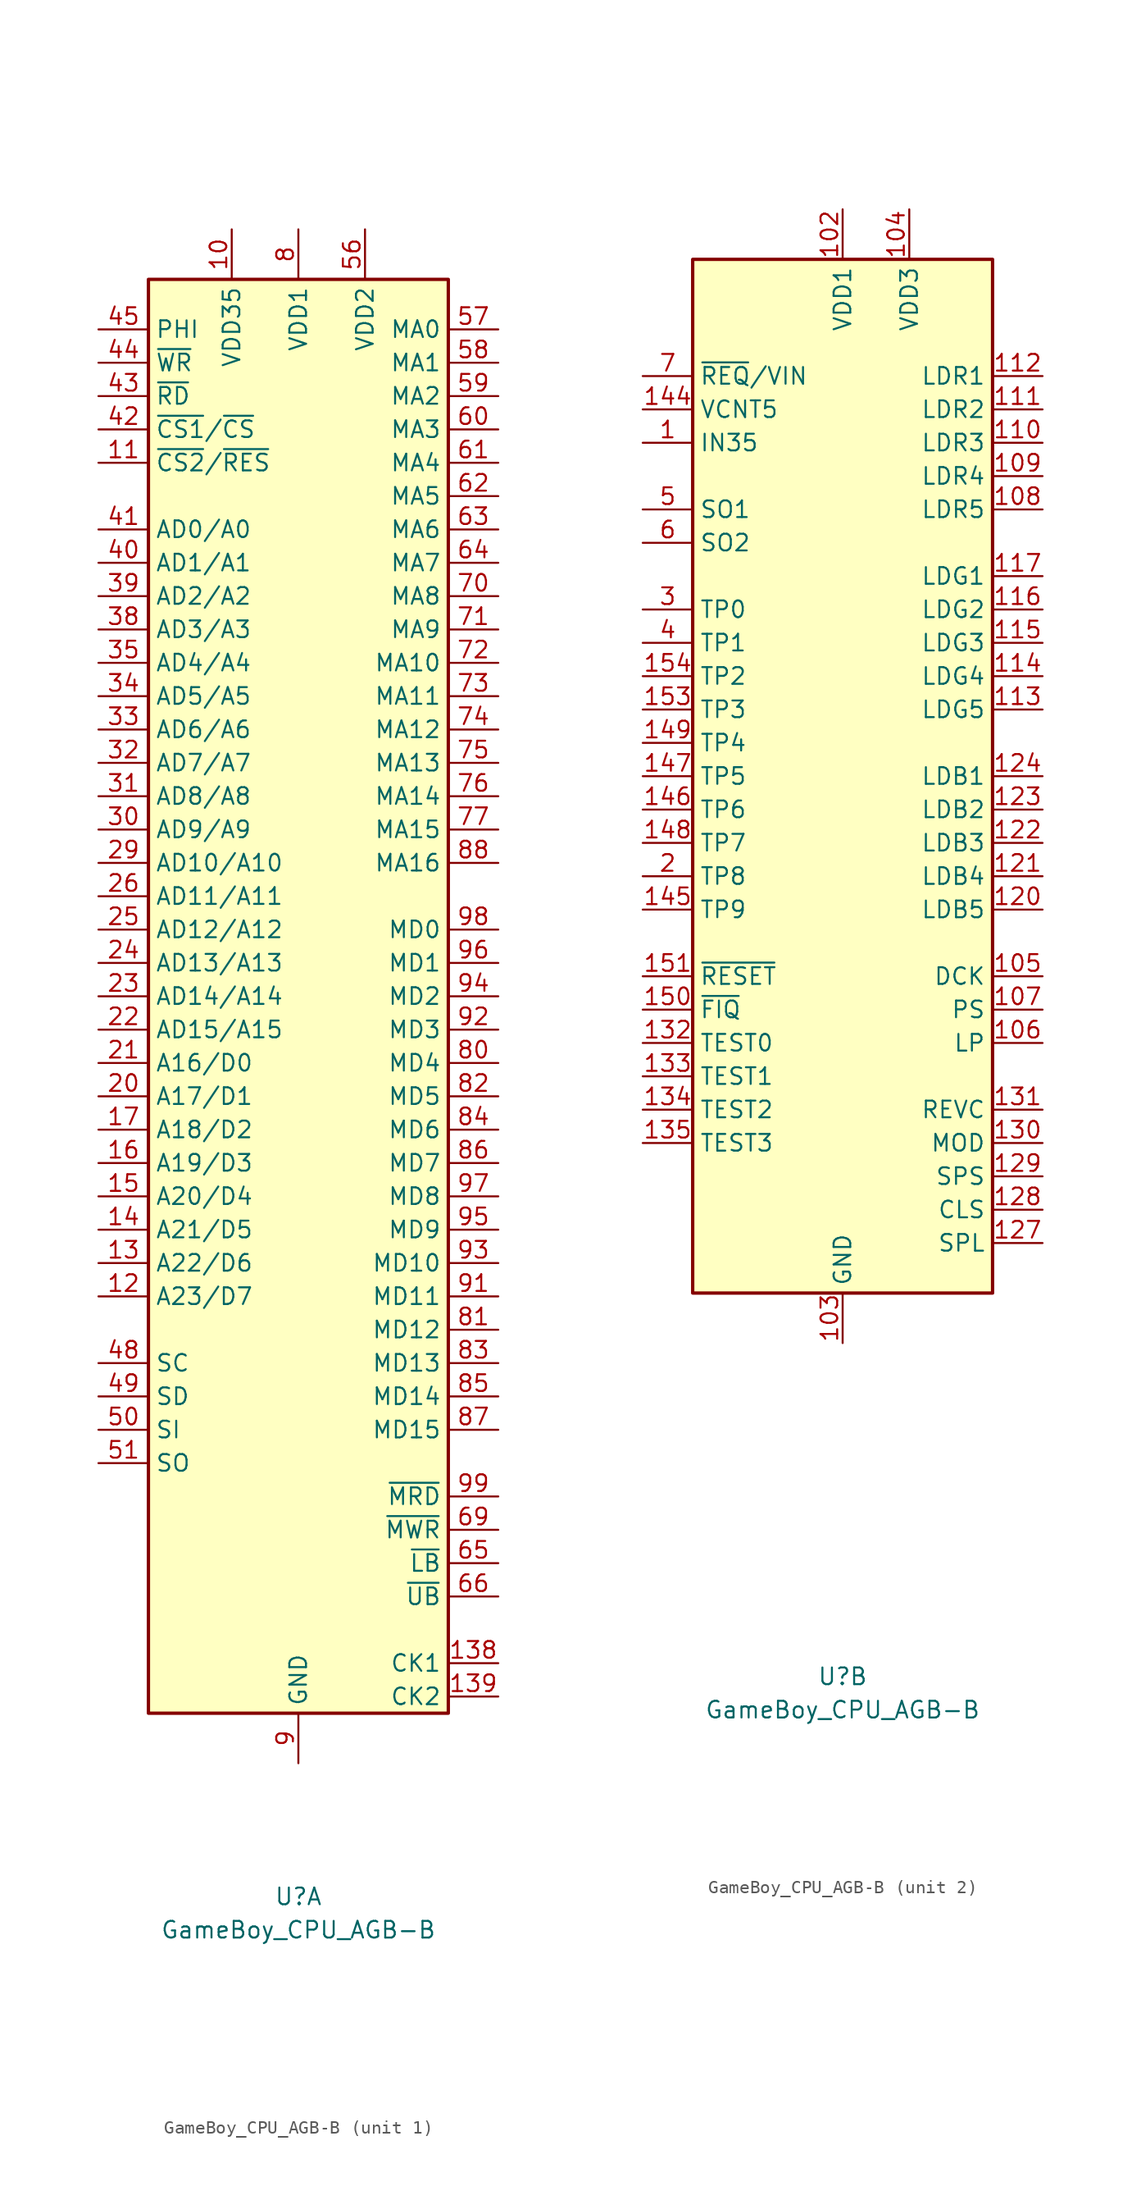
<source format=kicad_sym>
(kicad_symbol_lib
  (version 20220914)
  (generator kicad_symbol_editor)
  (symbol "GameBoy_CPU_AGB-B"
    (property "Reference" "U"
      (at 0 -68.58 0)
      (effects (font (size 1.27 1.27))))
    (property "Value" "GameBoy_CPU_AGB-B"
      (at 0 -71.12 0)
      (effects (font (size 1.27 1.27))))
    (property "ki_locked" ""
      (at 0 0 0)
      (effects (font (size 1.27 1.27))))
    (symbol "GameBoy_CPU_AGB-B_1_1"
      (rectangle (start -11.43 54.61) (end 11.43 -54.61) (stroke (width 0.254) (type default)) (fill (type background)))
      (pin power_in line (at -5.08 58.42 270) (length 3.81) (name "VDD35" (effects (font (size 1.27 1.27)))) (number "10" (effects (font (size 1.27 1.27)))))
      (pin passive line (at 5.08 58.42 270) (length 3.81) hide (name "VDD2" (effects (font (size 1.27 1.27)))) (number "100" (effects (font (size 1.27 1.27)))))
      (pin passive line (at 0 -58.42 90) (length 3.81) hide (name "GND" (effects (font (size 1.27 1.27)))) (number "101" (effects (font (size 1.27 1.27)))))
      (pin bidirectional line (at -15.24 40.64 0) (length 3.81) (name "~{CS2}/~{RES}" (effects (font (size 1.27 1.27)))) (number "11" (effects (font (size 1.27 1.27)))))
      (pin bidirectional line (at -15.24 -22.86 0) (length 3.81) (name "A23/D7" (effects (font (size 1.27 1.27)))) (number "12" (effects (font (size 1.27 1.27)))))
      (pin bidirectional line (at -15.24 -20.32 0) (length 3.81) (name "A22/D6" (effects (font (size 1.27 1.27)))) (number "13" (effects (font (size 1.27 1.27)))))
      (pin passive line (at 15.24 -50.8 180) (length 3.81) (name "CK1" (effects (font (size 1.27 1.27)))) (number "138" (effects (font (size 1.27 1.27)))))
      (pin passive line (at 15.24 -53.34 180) (length 3.81) (name "CK2" (effects (font (size 1.27 1.27)))) (number "139" (effects (font (size 1.27 1.27)))))
      (pin bidirectional line (at -15.24 -17.78 0) (length 3.81) (name "A21/D5" (effects (font (size 1.27 1.27)))) (number "14" (effects (font (size 1.27 1.27)))))
      (pin passive line (at 5.08 58.42 270) (length 3.81) hide (name "VDD2" (effects (font (size 1.27 1.27)))) (number "140" (effects (font (size 1.27 1.27)))))
      (pin bidirectional line (at -15.24 -15.24 0) (length 3.81) (name "A20/D4" (effects (font (size 1.27 1.27)))) (number "15" (effects (font (size 1.27 1.27)))))
      (pin bidirectional line (at -15.24 -12.7 0) (length 3.81) (name "A19/D3" (effects (font (size 1.27 1.27)))) (number "16" (effects (font (size 1.27 1.27)))))
      (pin bidirectional line (at -15.24 -10.16 0) (length 3.81) (name "A18/D2" (effects (font (size 1.27 1.27)))) (number "17" (effects (font (size 1.27 1.27)))))
      (pin passive line (at 0 -58.42 90) (length 3.81) hide (name "GND" (effects (font (size 1.27 1.27)))) (number "18" (effects (font (size 1.27 1.27)))))
      (pin passive line (at -5.08 58.42 270) (length 3.81) hide (name "VDD35" (effects (font (size 1.27 1.27)))) (number "19" (effects (font (size 1.27 1.27)))))
      (pin bidirectional line (at -15.24 -7.62 0) (length 3.81) (name "A17/D1" (effects (font (size 1.27 1.27)))) (number "20" (effects (font (size 1.27 1.27)))))
      (pin bidirectional line (at -15.24 -5.08 0) (length 3.81) (name "A16/D0" (effects (font (size 1.27 1.27)))) (number "21" (effects (font (size 1.27 1.27)))))
      (pin bidirectional line (at -15.24 -2.54 0) (length 3.81) (name "AD15/A15" (effects (font (size 1.27 1.27)))) (number "22" (effects (font (size 1.27 1.27)))))
      (pin bidirectional line (at -15.24 0 0) (length 3.81) (name "AD14/A14" (effects (font (size 1.27 1.27)))) (number "23" (effects (font (size 1.27 1.27)))))
      (pin bidirectional line (at -15.24 2.54 0) (length 3.81) (name "AD13/A13" (effects (font (size 1.27 1.27)))) (number "24" (effects (font (size 1.27 1.27)))))
      (pin bidirectional line (at -15.24 5.08 0) (length 3.81) (name "AD12/A12" (effects (font (size 1.27 1.27)))) (number "25" (effects (font (size 1.27 1.27)))))
      (pin bidirectional line (at -15.24 7.62 0) (length 3.81) (name "AD11/A11" (effects (font (size 1.27 1.27)))) (number "26" (effects (font (size 1.27 1.27)))))
      (pin passive line (at 0 -58.42 90) (length 3.81) hide (name "GND" (effects (font (size 1.27 1.27)))) (number "27" (effects (font (size 1.27 1.27)))))
      (pin passive line (at -5.08 58.42 270) (length 3.81) hide (name "VDD35" (effects (font (size 1.27 1.27)))) (number "28" (effects (font (size 1.27 1.27)))))
      (pin bidirectional line (at -15.24 10.16 0) (length 3.81) (name "AD10/A10" (effects (font (size 1.27 1.27)))) (number "29" (effects (font (size 1.27 1.27)))))
      (pin bidirectional line (at -15.24 12.7 0) (length 3.81) (name "AD9/A9" (effects (font (size 1.27 1.27)))) (number "30" (effects (font (size 1.27 1.27)))))
      (pin bidirectional line (at -15.24 15.24 0) (length 3.81) (name "AD8/A8" (effects (font (size 1.27 1.27)))) (number "31" (effects (font (size 1.27 1.27)))))
      (pin bidirectional line (at -15.24 17.78 0) (length 3.81) (name "AD7/A7" (effects (font (size 1.27 1.27)))) (number "32" (effects (font (size 1.27 1.27)))))
      (pin bidirectional line (at -15.24 20.32 0) (length 3.81) (name "AD6/A6" (effects (font (size 1.27 1.27)))) (number "33" (effects (font (size 1.27 1.27)))))
      (pin bidirectional line (at -15.24 22.86 0) (length 3.81) (name "AD5/A5" (effects (font (size 1.27 1.27)))) (number "34" (effects (font (size 1.27 1.27)))))
      (pin bidirectional line (at -15.24 25.4 0) (length 3.81) (name "AD4/A4" (effects (font (size 1.27 1.27)))) (number "35" (effects (font (size 1.27 1.27)))))
      (pin passive line (at 0 -58.42 90) (length 3.81) hide (name "GND" (effects (font (size 1.27 1.27)))) (number "36" (effects (font (size 1.27 1.27)))))
      (pin passive line (at -5.08 58.42 270) (length 3.81) hide (name "VDD35" (effects (font (size 1.27 1.27)))) (number "37" (effects (font (size 1.27 1.27)))))
      (pin bidirectional line (at -15.24 27.94 0) (length 3.81) (name "AD3/A3" (effects (font (size 1.27 1.27)))) (number "38" (effects (font (size 1.27 1.27)))))
      (pin bidirectional line (at -15.24 30.48 0) (length 3.81) (name "AD2/A2" (effects (font (size 1.27 1.27)))) (number "39" (effects (font (size 1.27 1.27)))))
      (pin bidirectional line (at -15.24 33.02 0) (length 3.81) (name "AD1/A1" (effects (font (size 1.27 1.27)))) (number "40" (effects (font (size 1.27 1.27)))))
      (pin bidirectional line (at -15.24 35.56 0) (length 3.81) (name "AD0/A0" (effects (font (size 1.27 1.27)))) (number "41" (effects (font (size 1.27 1.27)))))
      (pin passive line (at -15.24 43.18 0) (length 3.81) (name "~{CS1}/~{CS}" (effects (font (size 1.27 1.27)))) (number "42" (effects (font (size 1.27 1.27)))))
      (pin passive line (at -15.24 45.72 0) (length 3.81) (name "~{RD}" (effects (font (size 1.27 1.27)))) (number "43" (effects (font (size 1.27 1.27)))))
      (pin passive line (at -15.24 48.26 0) (length 3.81) (name "~{WR}" (effects (font (size 1.27 1.27)))) (number "44" (effects (font (size 1.27 1.27)))))
      (pin output line (at -15.24 50.8 0) (length 3.81) (name "PHI" (effects (font (size 1.27 1.27)))) (number "45" (effects (font (size 1.27 1.27)))))
      (pin passive line (at -5.08 58.42 270) (length 3.81) hide (name "VDD35" (effects (font (size 1.27 1.27)))) (number "46" (effects (font (size 1.27 1.27)))))
      (pin passive line (at 0 -58.42 90) (length 3.81) hide (name "GND" (effects (font (size 1.27 1.27)))) (number "47" (effects (font (size 1.27 1.27)))))
      (pin passive line (at -15.24 -27.94 0) (length 3.81) (name "SC" (effects (font (size 1.27 1.27)))) (number "48" (effects (font (size 1.27 1.27)))))
      (pin passive line (at -15.24 -30.48 0) (length 3.81) (name "SD" (effects (font (size 1.27 1.27)))) (number "49" (effects (font (size 1.27 1.27)))))
      (pin passive line (at -15.24 -33.02 0) (length 3.81) (name "SI" (effects (font (size 1.27 1.27)))) (number "50" (effects (font (size 1.27 1.27)))))
      (pin passive line (at -15.24 -35.56 0) (length 3.81) (name "SO" (effects (font (size 1.27 1.27)))) (number "51" (effects (font (size 1.27 1.27)))))
      (pin passive line (at -5.08 58.42 270) (length 3.81) hide (name "VDD35" (effects (font (size 1.27 1.27)))) (number "52" (effects (font (size 1.27 1.27)))))
      (pin passive line (at 0 -58.42 90) (length 3.81) hide (name "GND" (effects (font (size 1.27 1.27)))) (number "53" (effects (font (size 1.27 1.27)))))
      (pin passive line (at 0 58.42 270) (length 3.81) hide (name "VDD1" (effects (font (size 1.27 1.27)))) (number "54" (effects (font (size 1.27 1.27)))))
      (pin passive line (at 0 -58.42 90) (length 3.81) hide (name "GND" (effects (font (size 1.27 1.27)))) (number "55" (effects (font (size 1.27 1.27)))))
      (pin power_in line (at 5.08 58.42 270) (length 3.81) (name "VDD2" (effects (font (size 1.27 1.27)))) (number "56" (effects (font (size 1.27 1.27)))))
      (pin passive line (at 15.24 50.8 180) (length 3.81) (name "MA0" (effects (font (size 1.27 1.27)))) (number "57" (effects (font (size 1.27 1.27)))))
      (pin passive line (at 15.24 48.26 180) (length 3.81) (name "MA1" (effects (font (size 1.27 1.27)))) (number "58" (effects (font (size 1.27 1.27)))))
      (pin passive line (at 15.24 45.72 180) (length 3.81) (name "MA2" (effects (font (size 1.27 1.27)))) (number "59" (effects (font (size 1.27 1.27)))))
      (pin passive line (at 15.24 43.18 180) (length 3.81) (name "MA3" (effects (font (size 1.27 1.27)))) (number "60" (effects (font (size 1.27 1.27)))))
      (pin passive line (at 15.24 40.64 180) (length 3.81) (name "MA4" (effects (font (size 1.27 1.27)))) (number "61" (effects (font (size 1.27 1.27)))))
      (pin passive line (at 15.24 38.1 180) (length 3.81) (name "MA5" (effects (font (size 1.27 1.27)))) (number "62" (effects (font (size 1.27 1.27)))))
      (pin passive line (at 15.24 35.56 180) (length 3.81) (name "MA6" (effects (font (size 1.27 1.27)))) (number "63" (effects (font (size 1.27 1.27)))))
      (pin passive line (at 15.24 33.02 180) (length 3.81) (name "MA7" (effects (font (size 1.27 1.27)))) (number "64" (effects (font (size 1.27 1.27)))))
      (pin passive line (at 15.24 -43.18 180) (length 3.81) (name "~{LB}" (effects (font (size 1.27 1.27)))) (number "65" (effects (font (size 1.27 1.27)))))
      (pin passive line (at 15.24 -45.72 180) (length 3.81) (name "~{UB}" (effects (font (size 1.27 1.27)))) (number "66" (effects (font (size 1.27 1.27)))))
      (pin passive line (at 0 -58.42 90) (length 3.81) hide (name "GND" (effects (font (size 1.27 1.27)))) (number "67" (effects (font (size 1.27 1.27)))))
      (pin passive line (at 5.08 58.42 270) (length 3.81) hide (name "VDD2" (effects (font (size 1.27 1.27)))) (number "68" (effects (font (size 1.27 1.27)))))
      (pin passive line (at 15.24 -40.64 180) (length 3.81) (name "~{MWR}" (effects (font (size 1.27 1.27)))) (number "69" (effects (font (size 1.27 1.27)))))
      (pin passive line (at 15.24 30.48 180) (length 3.81) (name "MA8" (effects (font (size 1.27 1.27)))) (number "70" (effects (font (size 1.27 1.27)))))
      (pin passive line (at 15.24 27.94 180) (length 3.81) (name "MA9" (effects (font (size 1.27 1.27)))) (number "71" (effects (font (size 1.27 1.27)))))
      (pin passive line (at 15.24 25.4 180) (length 3.81) (name "MA10" (effects (font (size 1.27 1.27)))) (number "72" (effects (font (size 1.27 1.27)))))
      (pin passive line (at 15.24 22.86 180) (length 3.81) (name "MA11" (effects (font (size 1.27 1.27)))) (number "73" (effects (font (size 1.27 1.27)))))
      (pin passive line (at 15.24 20.32 180) (length 3.81) (name "MA12" (effects (font (size 1.27 1.27)))) (number "74" (effects (font (size 1.27 1.27)))))
      (pin passive line (at 15.24 17.78 180) (length 3.81) (name "MA13" (effects (font (size 1.27 1.27)))) (number "75" (effects (font (size 1.27 1.27)))))
      (pin passive line (at 15.24 15.24 180) (length 3.81) (name "MA14" (effects (font (size 1.27 1.27)))) (number "76" (effects (font (size 1.27 1.27)))))
      (pin passive line (at 15.24 12.7 180) (length 3.81) (name "MA15" (effects (font (size 1.27 1.27)))) (number "77" (effects (font (size 1.27 1.27)))))
      (pin passive line (at 0 -58.42 90) (length 3.81) hide (name "GND" (effects (font (size 1.27 1.27)))) (number "78" (effects (font (size 1.27 1.27)))))
      (pin passive line (at 5.08 58.42 270) (length 3.81) hide (name "VDD2" (effects (font (size 1.27 1.27)))) (number "79" (effects (font (size 1.27 1.27)))))
      (pin power_in line (at 0 58.42 270) (length 3.81) (name "VDD1" (effects (font (size 1.27 1.27)))) (number "8" (effects (font (size 1.27 1.27)))))
      (pin bidirectional line (at 15.24 -5.08 180) (length 3.81) (name "MD4" (effects (font (size 1.27 1.27)))) (number "80" (effects (font (size 1.27 1.27)))))
      (pin bidirectional line (at 15.24 -25.4 180) (length 3.81) (name "MD12" (effects (font (size 1.27 1.27)))) (number "81" (effects (font (size 1.27 1.27)))))
      (pin bidirectional line (at 15.24 -7.62 180) (length 3.81) (name "MD5" (effects (font (size 1.27 1.27)))) (number "82" (effects (font (size 1.27 1.27)))))
      (pin bidirectional line (at 15.24 -27.94 180) (length 3.81) (name "MD13" (effects (font (size 1.27 1.27)))) (number "83" (effects (font (size 1.27 1.27)))))
      (pin bidirectional line (at 15.24 -10.16 180) (length 3.81) (name "MD6" (effects (font (size 1.27 1.27)))) (number "84" (effects (font (size 1.27 1.27)))))
      (pin bidirectional line (at 15.24 -30.48 180) (length 3.81) (name "MD14" (effects (font (size 1.27 1.27)))) (number "85" (effects (font (size 1.27 1.27)))))
      (pin bidirectional line (at 15.24 -12.7 180) (length 3.81) (name "MD7" (effects (font (size 1.27 1.27)))) (number "86" (effects (font (size 1.27 1.27)))))
      (pin bidirectional line (at 15.24 -33.02 180) (length 3.81) (name "MD15" (effects (font (size 1.27 1.27)))) (number "87" (effects (font (size 1.27 1.27)))))
      (pin passive line (at 15.24 10.16 180) (length 3.81) (name "MA16" (effects (font (size 1.27 1.27)))) (number "88" (effects (font (size 1.27 1.27)))))
      (pin passive line (at 5.08 58.42 270) (length 3.81) hide (name "VDD2" (effects (font (size 1.27 1.27)))) (number "89" (effects (font (size 1.27 1.27)))))
      (pin power_in line (at 0 -58.42 90) (length 3.81) (name "GND" (effects (font (size 1.27 1.27)))) (number "9" (effects (font (size 1.27 1.27)))))
      (pin passive line (at 0 -58.42 90) (length 3.81) hide (name "GND" (effects (font (size 1.27 1.27)))) (number "90" (effects (font (size 1.27 1.27)))))
      (pin bidirectional line (at 15.24 -22.86 180) (length 3.81) (name "MD11" (effects (font (size 1.27 1.27)))) (number "91" (effects (font (size 1.27 1.27)))))
      (pin bidirectional line (at 15.24 -2.54 180) (length 3.81) (name "MD3" (effects (font (size 1.27 1.27)))) (number "92" (effects (font (size 1.27 1.27)))))
      (pin bidirectional line (at 15.24 -20.32 180) (length 3.81) (name "MD10" (effects (font (size 1.27 1.27)))) (number "93" (effects (font (size 1.27 1.27)))))
      (pin bidirectional line (at 15.24 0 180) (length 3.81) (name "MD2" (effects (font (size 1.27 1.27)))) (number "94" (effects (font (size 1.27 1.27)))))
      (pin bidirectional line (at 15.24 -17.78 180) (length 3.81) (name "MD9" (effects (font (size 1.27 1.27)))) (number "95" (effects (font (size 1.27 1.27)))))
      (pin bidirectional line (at 15.24 2.54 180) (length 3.81) (name "MD1" (effects (font (size 1.27 1.27)))) (number "96" (effects (font (size 1.27 1.27)))))
      (pin bidirectional line (at 15.24 -15.24 180) (length 3.81) (name "MD8" (effects (font (size 1.27 1.27)))) (number "97" (effects (font (size 1.27 1.27)))))
      (pin bidirectional line (at 15.24 5.08 180) (length 3.81) (name "MD0" (effects (font (size 1.27 1.27)))) (number "98" (effects (font (size 1.27 1.27)))))
      (pin passive line (at 15.24 -38.1 180) (length 3.81) (name "~{MRD}" (effects (font (size 1.27 1.27)))) (number "99" (effects (font (size 1.27 1.27))))))
    (symbol "GameBoy_CPU_AGB-B_2_1"
      (rectangle (start -11.43 39.37) (end 11.43 -39.37) (stroke (width 0.254) (type default)) (fill (type background)))
      (pin passive line (at -15.24 25.4 0) (length 3.81) (name "IN35" (effects (font (size 1.27 1.27)))) (number "1" (effects (font (size 1.27 1.27)))))
      (pin power_in line (at 0 43.18 270) (length 3.81) (name "VDD1" (effects (font (size 1.27 1.27)))) (number "102" (effects (font (size 1.27 1.27)))))
      (pin power_in line (at 0 -43.18 90) (length 3.81) (name "GND" (effects (font (size 1.27 1.27)))) (number "103" (effects (font (size 1.27 1.27)))))
      (pin power_in line (at 5.08 43.18 270) (length 3.81) (name "VDD3" (effects (font (size 1.27 1.27)))) (number "104" (effects (font (size 1.27 1.27)))))
      (pin passive line (at 15.24 -15.24 180) (length 3.81) (name "DCK" (effects (font (size 1.27 1.27)))) (number "105" (effects (font (size 1.27 1.27)))))
      (pin passive line (at 15.24 -20.32 180) (length 3.81) (name "LP" (effects (font (size 1.27 1.27)))) (number "106" (effects (font (size 1.27 1.27)))))
      (pin passive line (at 15.24 -17.78 180) (length 3.81) (name "PS" (effects (font (size 1.27 1.27)))) (number "107" (effects (font (size 1.27 1.27)))))
      (pin passive line (at 15.24 20.32 180) (length 3.81) (name "LDR5" (effects (font (size 1.27 1.27)))) (number "108" (effects (font (size 1.27 1.27)))))
      (pin passive line (at 15.24 22.86 180) (length 3.81) (name "LDR4" (effects (font (size 1.27 1.27)))) (number "109" (effects (font (size 1.27 1.27)))))
      (pin passive line (at 15.24 25.4 180) (length 3.81) (name "LDR3" (effects (font (size 1.27 1.27)))) (number "110" (effects (font (size 1.27 1.27)))))
      (pin passive line (at 15.24 27.94 180) (length 3.81) (name "LDR2" (effects (font (size 1.27 1.27)))) (number "111" (effects (font (size 1.27 1.27)))))
      (pin passive line (at 15.24 30.48 180) (length 3.81) (name "LDR1" (effects (font (size 1.27 1.27)))) (number "112" (effects (font (size 1.27 1.27)))))
      (pin passive line (at 15.24 5.08 180) (length 3.81) (name "LDG5" (effects (font (size 1.27 1.27)))) (number "113" (effects (font (size 1.27 1.27)))))
      (pin passive line (at 15.24 7.62 180) (length 3.81) (name "LDG4" (effects (font (size 1.27 1.27)))) (number "114" (effects (font (size 1.27 1.27)))))
      (pin passive line (at 15.24 10.16 180) (length 3.81) (name "LDG3" (effects (font (size 1.27 1.27)))) (number "115" (effects (font (size 1.27 1.27)))))
      (pin passive line (at 15.24 12.7 180) (length 3.81) (name "LDG2" (effects (font (size 1.27 1.27)))) (number "116" (effects (font (size 1.27 1.27)))))
      (pin passive line (at 15.24 15.24 180) (length 3.81) (name "LDG1" (effects (font (size 1.27 1.27)))) (number "117" (effects (font (size 1.27 1.27)))))
      (pin passive line (at 0 -43.18 90) (length 3.81) hide (name "GND" (effects (font (size 1.27 1.27)))) (number "118" (effects (font (size 1.27 1.27)))))
      (pin passive line (at 5.08 43.18 270) (length 3.81) hide (name "VDD3" (effects (font (size 1.27 1.27)))) (number "119" (effects (font (size 1.27 1.27)))))
      (pin passive line (at 15.24 -10.16 180) (length 3.81) (name "LDB5" (effects (font (size 1.27 1.27)))) (number "120" (effects (font (size 1.27 1.27)))))
      (pin passive line (at 15.24 -7.62 180) (length 3.81) (name "LDB4" (effects (font (size 1.27 1.27)))) (number "121" (effects (font (size 1.27 1.27)))))
      (pin passive line (at 15.24 -5.08 180) (length 3.81) (name "LDB3" (effects (font (size 1.27 1.27)))) (number "122" (effects (font (size 1.27 1.27)))))
      (pin passive line (at 15.24 -2.54 180) (length 3.81) (name "LDB2" (effects (font (size 1.27 1.27)))) (number "123" (effects (font (size 1.27 1.27)))))
      (pin passive line (at 15.24 0 180) (length 3.81) (name "LDB1" (effects (font (size 1.27 1.27)))) (number "124" (effects (font (size 1.27 1.27)))))
      (pin passive line (at 0 -43.18 90) (length 3.81) hide (name "GND" (effects (font (size 1.27 1.27)))) (number "125" (effects (font (size 1.27 1.27)))))
      (pin passive line (at 5.08 43.18 270) (length 3.81) hide (name "VDD3" (effects (font (size 1.27 1.27)))) (number "126" (effects (font (size 1.27 1.27)))))
      (pin passive line (at 15.24 -35.56 180) (length 3.81) (name "SPL" (effects (font (size 1.27 1.27)))) (number "127" (effects (font (size 1.27 1.27)))))
      (pin passive line (at 15.24 -33.02 180) (length 3.81) (name "CLS" (effects (font (size 1.27 1.27)))) (number "128" (effects (font (size 1.27 1.27)))))
      (pin passive line (at 15.24 -30.48 180) (length 3.81) (name "SPS" (effects (font (size 1.27 1.27)))) (number "129" (effects (font (size 1.27 1.27)))))
      (pin passive line (at 15.24 -27.94 180) (length 3.81) (name "MOD" (effects (font (size 1.27 1.27)))) (number "130" (effects (font (size 1.27 1.27)))))
      (pin passive line (at 15.24 -25.4 180) (length 3.81) (name "REVC" (effects (font (size 1.27 1.27)))) (number "131" (effects (font (size 1.27 1.27)))))
      (pin passive line (at -15.24 -20.32 0) (length 3.81) (name "TEST0" (effects (font (size 1.27 1.27)))) (number "132" (effects (font (size 1.27 1.27)))))
      (pin passive line (at -15.24 -22.86 0) (length 3.81) (name "TEST1" (effects (font (size 1.27 1.27)))) (number "133" (effects (font (size 1.27 1.27)))))
      (pin passive line (at -15.24 -25.4 0) (length 3.81) (name "TEST2" (effects (font (size 1.27 1.27)))) (number "134" (effects (font (size 1.27 1.27)))))
      (pin passive line (at -15.24 -27.94 0) (length 3.81) (name "TEST3" (effects (font (size 1.27 1.27)))) (number "135" (effects (font (size 1.27 1.27)))))
      (pin passive line (at 0 43.18 270) (length 3.81) hide (name "VDD1" (effects (font (size 1.27 1.27)))) (number "136" (effects (font (size 1.27 1.27)))))
      (pin passive line (at 0 -43.18 90) (length 3.81) hide (name "GND" (effects (font (size 1.27 1.27)))) (number "137" (effects (font (size 1.27 1.27)))))
      (pin passive line (at 0 -43.18 90) (length 3.81) hide (name "GND" (effects (font (size 1.27 1.27)))) (number "141" (effects (font (size 1.27 1.27)))))
      (pin passive line (at 5.08 43.18 270) (length 3.81) hide (name "VDD3" (effects (font (size 1.27 1.27)))) (number "142" (effects (font (size 1.27 1.27)))))
      (pin passive line (at 0 -43.18 90) (length 3.81) hide (name "GND" (effects (font (size 1.27 1.27)))) (number "143" (effects (font (size 1.27 1.27)))))
      (pin passive line (at -15.24 27.94 0) (length 3.81) (name "VCNT5" (effects (font (size 1.27 1.27)))) (number "144" (effects (font (size 1.27 1.27)))))
      (pin passive line (at -15.24 -10.16 0) (length 3.81) (name "TP9" (effects (font (size 1.27 1.27)))) (number "145" (effects (font (size 1.27 1.27)))))
      (pin passive line (at -15.24 -2.54 0) (length 3.81) (name "TP6" (effects (font (size 1.27 1.27)))) (number "146" (effects (font (size 1.27 1.27)))))
      (pin passive line (at -15.24 0 0) (length 3.81) (name "TP5" (effects (font (size 1.27 1.27)))) (number "147" (effects (font (size 1.27 1.27)))))
      (pin passive line (at -15.24 -5.08 0) (length 3.81) (name "TP7" (effects (font (size 1.27 1.27)))) (number "148" (effects (font (size 1.27 1.27)))))
      (pin passive line (at -15.24 2.54 0) (length 3.81) (name "TP4" (effects (font (size 1.27 1.27)))) (number "149" (effects (font (size 1.27 1.27)))))
      (pin passive line (at -15.24 -17.78 0) (length 3.81) (name "~{FIQ}" (effects (font (size 1.27 1.27)))) (number "150" (effects (font (size 1.27 1.27)))))
      (pin passive line (at -15.24 -15.24 0) (length 3.81) (name "~{RESET}" (effects (font (size 1.27 1.27)))) (number "151" (effects (font (size 1.27 1.27)))))
      (pin no_connect line (at -10.16 -12.7 0) (length 3.81) hide (name "???" (effects (font (size 1.27 1.27)))) (number "152" (effects (font (size 1.27 1.27)))))
      (pin passive line (at -15.24 5.08 0) (length 3.81) (name "TP3" (effects (font (size 1.27 1.27)))) (number "153" (effects (font (size 1.27 1.27)))))
      (pin passive line (at -15.24 7.62 0) (length 3.81) (name "TP2" (effects (font (size 1.27 1.27)))) (number "154" (effects (font (size 1.27 1.27)))))
      (pin passive line (at 5.08 43.18 270) (length 3.81) hide (name "VDD3" (effects (font (size 1.27 1.27)))) (number "155" (effects (font (size 1.27 1.27)))))
      (pin passive line (at 0 -43.18 90) (length 3.81) hide (name "GND" (effects (font (size 1.27 1.27)))) (number "156" (effects (font (size 1.27 1.27)))))
      (pin passive line (at -15.24 -7.62 0) (length 3.81) (name "TP8" (effects (font (size 1.27 1.27)))) (number "2" (effects (font (size 1.27 1.27)))))
      (pin passive line (at -15.24 12.7 0) (length 3.81) (name "TP0" (effects (font (size 1.27 1.27)))) (number "3" (effects (font (size 1.27 1.27)))))
      (pin passive line (at -15.24 10.16 0) (length 3.81) (name "TP1" (effects (font (size 1.27 1.27)))) (number "4" (effects (font (size 1.27 1.27)))))
      (pin passive line (at -15.24 20.32 0) (length 3.81) (name "SO1" (effects (font (size 1.27 1.27)))) (number "5" (effects (font (size 1.27 1.27)))))
      (pin passive line (at -15.24 17.78 0) (length 3.81) (name "SO2" (effects (font (size 1.27 1.27)))) (number "6" (effects (font (size 1.27 1.27)))))
      (pin passive line (at -15.24 30.48 0) (length 3.81) (name "~{REQ}/VIN" (effects (font (size 1.27 1.27)))) (number "7" (effects (font (size 1.27 1.27))))))))
</source>
